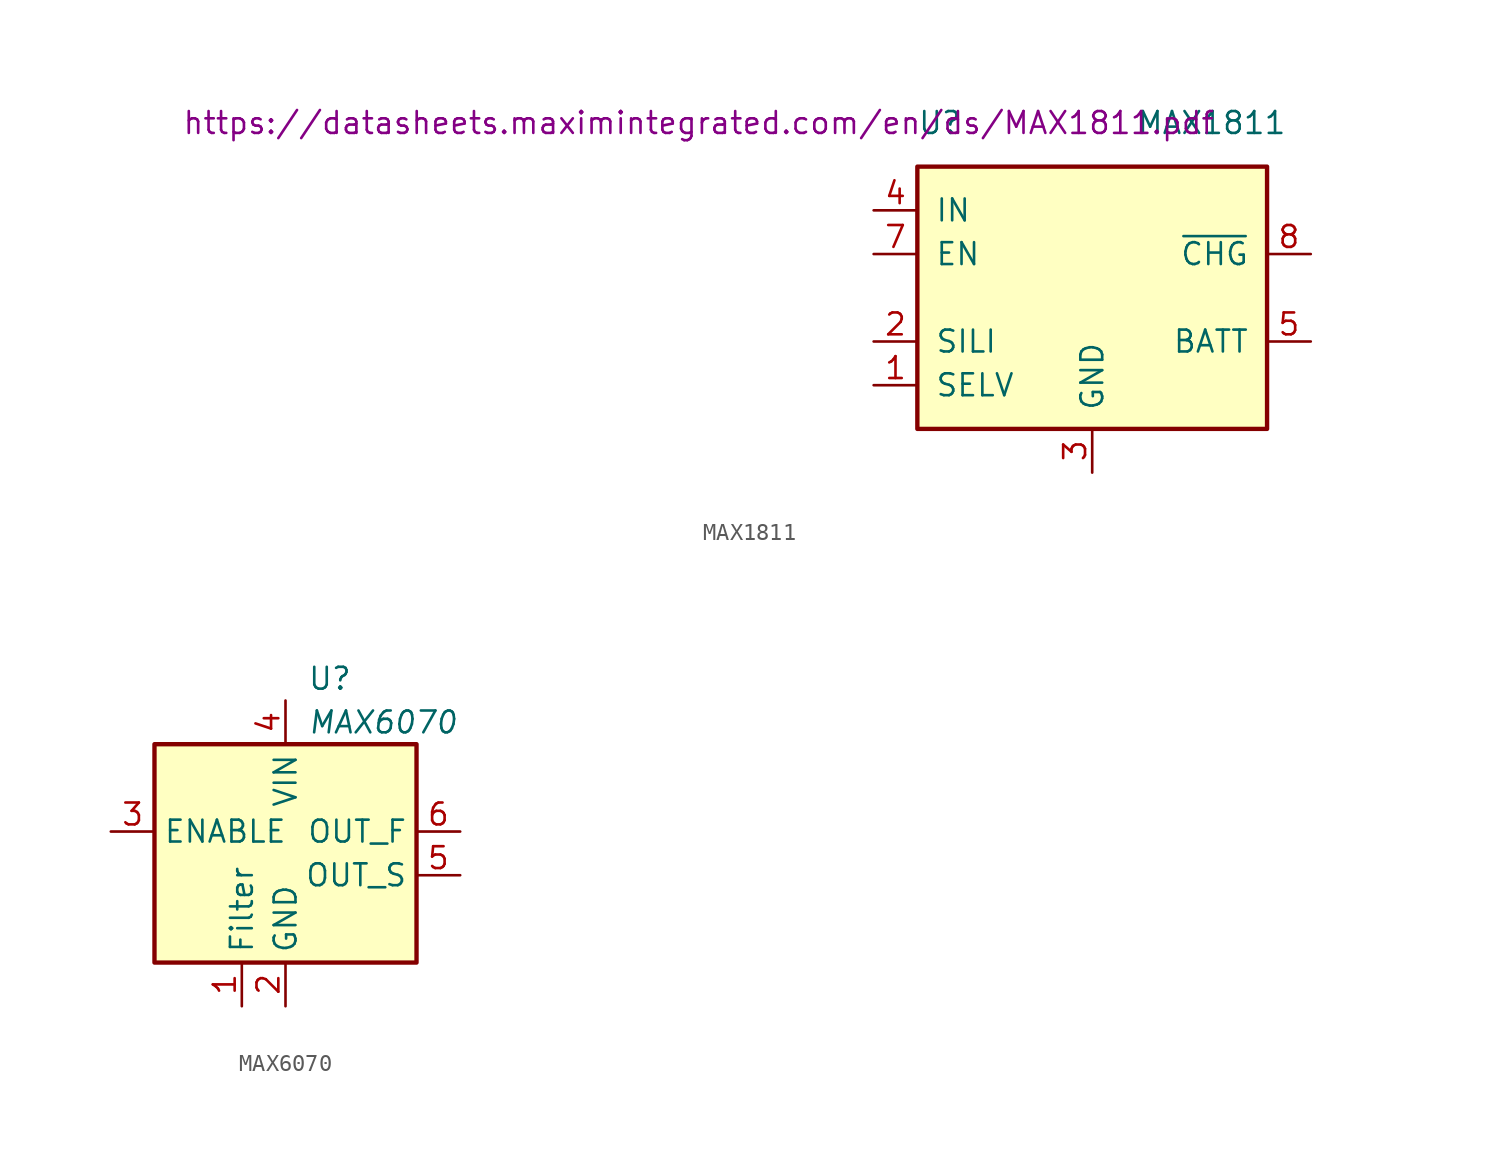
<source format=kicad_sym>
(kicad_symbol_lib
  (version 20220914)
  (generator kicad_symbol_editor)
  (symbol "MAX1811"
    (pin_names
      (offset 1.016))
    (property "Reference" "U"
      (at -10.16 10.16 0)
      (effects (font (size 1.27 1.27)) (justify left)))
    (property "Value" "MAX1811"
      (at 2.54 10.16 0)
      (effects (font (size 1.27 1.27)) (justify left)))
    (property "Footprint" ""
      (at -1.27 -1.27 0)
      (effects (font (size 1.27 1.27))))
    (property "Datasheet" "https://datasheets.maximintegrated.com/en/ds/MAX1811.pdf"
      (at -22.86 10.16 0)
      (effects (font (size 1.27 1.27))))
    (symbol "MAX1811_0_1"
      (rectangle (start 10.16 7.62) (end -10.16 -7.62) (stroke (width 0.254) (type solid)) (fill (type background))))
    (symbol "MAX1811_1_1"
      (pin input line (at -12.7 -5.08 0) (length 2.54) (name "SELV" (effects (font (size 1.27 1.27)))) (number "1" (effects (font (size 1.27 1.27)))))
      (pin input line (at -12.7 -2.54 0) (length 2.54) (name "SILI" (effects (font (size 1.27 1.27)))) (number "2" (effects (font (size 1.27 1.27)))))
      (pin power_in line (at 0 -10.16 90) (length 2.54) (name "GND" (effects (font (size 1.27 1.27)))) (number "3" (effects (font (size 1.27 1.27)))))
      (pin power_in line (at -12.7 5.08 0) (length 2.54) (name "IN" (effects (font (size 1.27 1.27)))) (number "4" (effects (font (size 1.27 1.27)))))
      (pin power_out line (at 12.7 -2.54 180) (length 2.54) (name "BATT" (effects (font (size 1.27 1.27)))) (number "5" (effects (font (size 1.27 1.27)))))
      (pin power_in line (at 0 -8.89 90) (length 2.54) hide (name "GND" (effects (font (size 1.27 1.27)))) (number "6" (effects (font (size 1.27 1.27)))))
      (pin input line (at -12.7 2.54 0) (length 2.54) (name "EN" (effects (font (size 1.27 1.27)))) (number "7" (effects (font (size 1.27 1.27)))))
      (pin output line (at 12.7 2.54 180) (length 2.54) (name "~{CHG}" (effects (font (size 1.27 1.27)))) (number "8" (effects (font (size 1.27 1.27)))))))
  (symbol "MAX6070"
    (property "Reference" "U"
      (at 1.27 8.89 0)
      (effects (font (size 1.27 1.27)) (justify left)))
    (property "Value" "MAX6070"
      (at 1.27 6.35 0)
      (effects (font (size 1.27 1.27) italic) (justify left)))
    (symbol "MAX6070_0_1"
      (rectangle (start -7.62 5.08) (end 7.62 -7.62) (stroke (width 0.254) (type solid)) (fill (type background))))
    (symbol "MAX6070_1_1"
      (pin passive line (at -2.54 -10.16 90) (length 2.54) (name "Filter" (effects (font (size 1.27 1.27)))) (number "1" (effects (font (size 1.27 1.27)))))
      (pin power_in line (at 0 -10.16 90) (length 2.54) (name "GND" (effects (font (size 1.27 1.27)))) (number "2" (effects (font (size 1.27 1.27)))))
      (pin input line (at -10.16 0 0) (length 2.54) (name "ENABLE" (effects (font (size 1.27 1.27)))) (number "3" (effects (font (size 1.27 1.27)))))
      (pin power_in line (at 0 7.62 270) (length 2.54) (name "VIN" (effects (font (size 1.27 1.27)))) (number "4" (effects (font (size 1.27 1.27)))))
      (pin input line (at 10.16 -2.54 180) (length 2.54) (name "OUT_S" (effects (font (size 1.27 1.27)))) (number "5" (effects (font (size 1.27 1.27)))))
      (pin output line (at 10.16 0 180) (length 2.54) (name "OUT_F" (effects (font (size 1.27 1.27)))) (number "6" (effects (font (size 1.27 1.27))))))))
</source>
